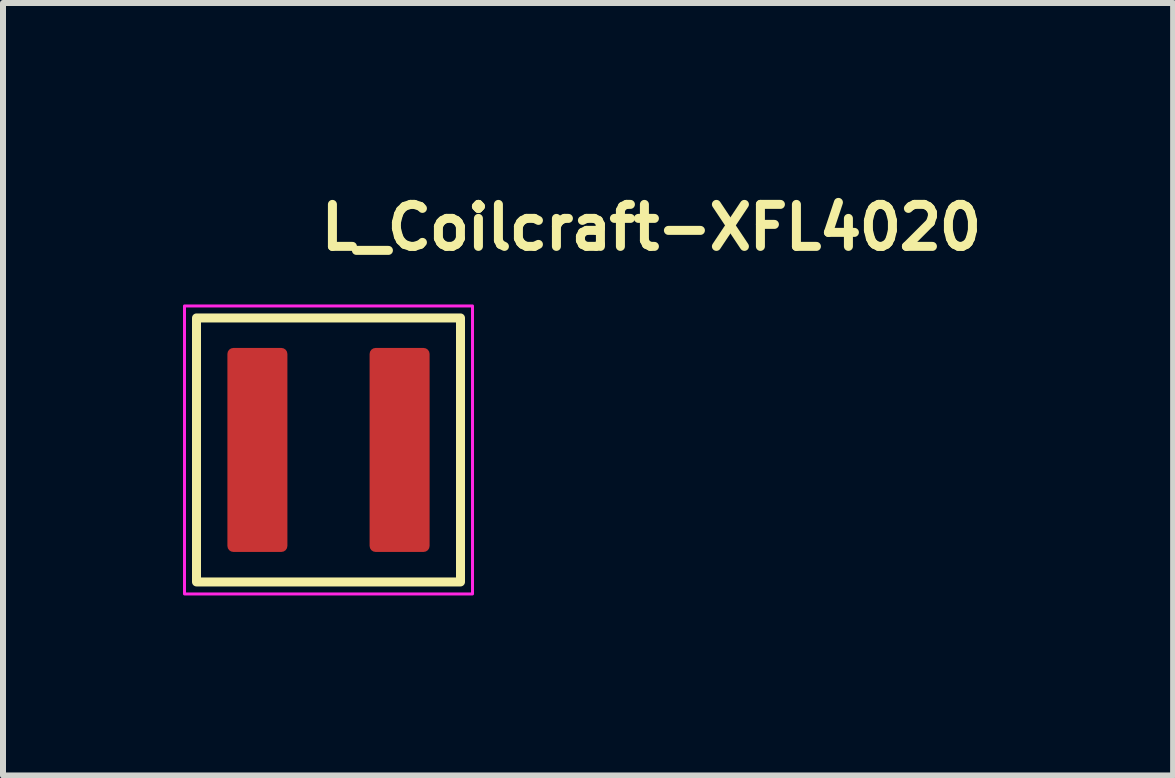
<source format=kicad_pcb>
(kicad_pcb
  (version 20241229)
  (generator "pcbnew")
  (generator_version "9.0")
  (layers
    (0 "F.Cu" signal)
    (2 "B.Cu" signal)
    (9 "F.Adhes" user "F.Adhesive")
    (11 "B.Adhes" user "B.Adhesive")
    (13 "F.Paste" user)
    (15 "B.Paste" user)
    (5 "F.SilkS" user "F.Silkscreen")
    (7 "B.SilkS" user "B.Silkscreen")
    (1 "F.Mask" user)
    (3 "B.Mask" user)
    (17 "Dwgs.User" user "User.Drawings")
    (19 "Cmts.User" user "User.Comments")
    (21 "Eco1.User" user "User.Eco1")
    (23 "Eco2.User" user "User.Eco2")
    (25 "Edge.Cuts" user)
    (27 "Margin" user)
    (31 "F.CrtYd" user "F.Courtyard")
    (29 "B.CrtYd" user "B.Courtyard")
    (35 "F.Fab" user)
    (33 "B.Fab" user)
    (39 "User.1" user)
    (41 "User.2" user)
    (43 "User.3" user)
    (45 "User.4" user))
  (footprint "L_Coilcraft-XFL4020"
    (layer "F.Cu")
    (at 2.425 4.449)
    (property "Reference" "L_Coilcraft-XFL4020" (at -0.2 -3.299 0) (layer "F.SilkS") (effects (font (size 0.7 0.7) (thickness 0.15)) (justify left bottom)))
    (attr smd)
    (fp_rect (start -2.2 -2.2) (end 2.2 2.2) (stroke (width 0.15) (type solid)) (fill no) (layer "F.SilkS"))
    (fp_rect (start -2.4 -2.4) (end 2.4 2.4) (stroke (width 0.05) (type solid)) (fill no) (layer "F.CrtYd"))
    (fp_rect (start -2.15 -2.15) (end 2.15 2.15) (stroke (width 0.1) (type solid)) (fill no) (layer "User.5"))
    (fp_line (start -2.15 -1.899) (end -2.15 1.899) (stroke (width 0.02) (type solid)) (layer "User.9"))
    (fp_line (start -2.15 -1.899) (end -2.149 -1.912) (stroke (width 0.02) (type solid)) (layer "User.9"))
    (fp_line (start -2.149 -1.912) (end -2.148 -1.924) (stroke (width 0.02) (type solid)) (layer "User.9"))
    (fp_line (start -2.149 1.912) (end -2.15 1.899) (stroke (width 0.02) (type solid)) (layer "User.9"))
    (fp_line (start -2.148 -1.924) (end -2.147 -1.936) (stroke (width 0.02) (type solid)) (layer "User.9"))
    (fp_line (start -2.148 1.924) (end -2.149 1.912) (stroke (width 0.02) (type solid)) (layer "User.9"))
    (fp_line (start -2.147 -1.936) (end -2.145 -1.949) (stroke (width 0.02) (type solid)) (layer "User.9"))
    (fp_line (start -2.147 1.936) (end -2.148 1.924) (stroke (width 0.02) (type solid)) (layer "User.9"))
    (fp_line (start -2.145 -1.949) (end -2.142 -1.96) (stroke (width 0.02) (type solid)) (layer "User.9"))
    (fp_line (start -2.145 1.949) (end -2.147 1.936) (stroke (width 0.02) (type solid)) (layer "User.9"))
    (fp_line (start -2.142 -1.96) (end -2.139 -1.972) (stroke (width 0.02) (type solid)) (layer "User.9"))
    (fp_line (start -2.142 1.96) (end -2.145 1.949) (stroke (width 0.02) (type solid)) (layer "User.9"))
    (fp_line (start -2.139 -1.972) (end -2.135 -1.984) (stroke (width 0.02) (type solid)) (layer "User.9"))
    (fp_line (start -2.139 1.972) (end -2.142 1.96) (stroke (width 0.02) (type solid)) (layer "User.9"))
    (fp_line (start -2.135 -1.984) (end -2.13 -1.995) (stroke (width 0.02) (type solid)) (layer "User.9"))
    (fp_line (start -2.135 1.984) (end -2.139 1.972) (stroke (width 0.02) (type solid)) (layer "User.9"))
    (fp_line (start -2.13 -1.995) (end -2.126 -2.006) (stroke (width 0.02) (type solid)) (layer "User.9"))
    (fp_line (start -2.13 1.995) (end -2.135 1.984) (stroke (width 0.02) (type solid)) (layer "User.9"))
    (fp_line (start -2.126 -2.006) (end -2.12 -2.016) (stroke (width 0.02) (type solid)) (layer "User.9"))
    (fp_line (start -2.126 2.006) (end -2.13 1.995) (stroke (width 0.02) (type solid)) (layer "User.9"))
    (fp_line (start -2.12 -2.016) (end -2.114 -2.028) (stroke (width 0.02) (type solid)) (layer "User.9"))
    (fp_line (start -2.12 2.016) (end -2.126 2.006) (stroke (width 0.02) (type solid)) (layer "User.9"))
    (fp_line (start -2.114 -2.028) (end -2.107 -2.038) (stroke (width 0.02) (type solid)) (layer "User.9"))
    (fp_line (start -2.114 2.028) (end -2.12 2.016) (stroke (width 0.02) (type solid)) (layer "User.9"))
    (fp_line (start -2.107 -2.038) (end -2.1 -2.048) (stroke (width 0.02) (type solid)) (layer "User.9"))
    (fp_line (start -2.107 2.038) (end -2.114 2.028) (stroke (width 0.02) (type solid)) (layer "User.9"))
    (fp_line (start -2.1 -2.048) (end -2.093 -2.058) (stroke (width 0.02) (type solid)) (layer "User.9"))
    (fp_line (start -2.1 2.048) (end -2.107 2.038) (stroke (width 0.02) (type solid)) (layer "User.9"))
    (fp_line (start -2.093 -2.058) (end -2.085 -2.067) (stroke (width 0.02) (type solid)) (layer "User.9"))
    (fp_line (start -2.093 2.058) (end -2.1 2.048) (stroke (width 0.02) (type solid)) (layer "User.9"))
    (fp_line (start -2.085 -2.067) (end -2.076 -2.076) (stroke (width 0.02) (type solid)) (layer "User.9"))
    (fp_line (start -2.085 2.067) (end -2.093 2.058) (stroke (width 0.02) (type solid)) (layer "User.9"))
    (fp_line (start -2.076 -2.076) (end -2.076 -2.076) (stroke (width 0.02) (type solid)) (layer "User.9"))
    (fp_line (start -2.076 -2.076) (end -2.067 -2.085) (stroke (width 0.02) (type solid)) (layer "User.9"))
    (fp_line (start -2.076 2.076) (end -2.085 2.067) (stroke (width 0.02) (type solid)) (layer "User.9"))
    (fp_line (start -2.076 2.076) (end -2.076 2.076) (stroke (width 0.02) (type solid)) (layer "User.9"))
    (fp_line (start -2.067 -2.085) (end -2.058 -2.093) (stroke (width 0.02) (type solid)) (layer "User.9"))
    (fp_line (start -2.067 2.085) (end -2.076 2.076) (stroke (width 0.02) (type solid)) (layer "User.9"))
    (fp_line (start -2.058 -2.093) (end -2.048 -2.1) (stroke (width 0.02) (type solid)) (layer "User.9"))
    (fp_line (start -2.058 2.093) (end -2.067 2.085) (stroke (width 0.02) (type solid)) (layer "User.9"))
    (fp_line (start -2.048 -2.1) (end -2.038 -2.107) (stroke (width 0.02) (type solid)) (layer "User.9"))
    (fp_line (start -2.048 2.1) (end -2.058 2.093) (stroke (width 0.02) (type solid)) (layer "User.9"))
    (fp_line (start -2.038 -2.107) (end -2.028 -2.114) (stroke (width 0.02) (type solid)) (layer "User.9"))
    (fp_line (start -2.038 2.107) (end -2.048 2.1) (stroke (width 0.02) (type solid)) (layer "User.9"))
    (fp_line (start -2.028 -2.114) (end -2.016 -2.12) (stroke (width 0.02) (type solid)) (layer "User.9"))
    (fp_line (start -2.028 2.114) (end -2.038 2.107) (stroke (width 0.02) (type solid)) (layer "User.9"))
    (fp_line (start -2.016 -2.12) (end -2.006 -2.126) (stroke (width 0.02) (type solid)) (layer "User.9"))
    (fp_line (start -2.016 2.12) (end -2.028 2.114) (stroke (width 0.02) (type solid)) (layer "User.9"))
    (fp_line (start -2.006 -2.126) (end -1.995 -2.13) (stroke (width 0.02) (type solid)) (layer "User.9"))
    (fp_line (start -2.006 2.126) (end -2.016 2.12) (stroke (width 0.02) (type solid)) (layer "User.9"))
    (fp_line (start -1.995 -2.13) (end -1.984 -2.135) (stroke (width 0.02) (type solid)) (layer "User.9"))
    (fp_line (start -1.995 2.13) (end -2.006 2.126) (stroke (width 0.02) (type solid)) (layer "User.9"))
    (fp_line (start -1.984 -2.135) (end -1.972 -2.139) (stroke (width 0.02) (type solid)) (layer "User.9"))
    (fp_line (start -1.984 2.135) (end -1.995 2.13) (stroke (width 0.02) (type solid)) (layer "User.9"))
    (fp_line (start -1.972 -2.139) (end -1.96 -2.142) (stroke (width 0.02) (type solid)) (layer "User.9"))
    (fp_line (start -1.972 2.139) (end -1.984 2.135) (stroke (width 0.02) (type solid)) (layer "User.9"))
    (fp_line (start -1.96 -2.142) (end -1.949 -2.145) (stroke (width 0.02) (type solid)) (layer "User.9"))
    (fp_line (start -1.96 2.142) (end -1.972 2.139) (stroke (width 0.02) (type solid)) (layer "User.9"))
    (fp_line (start -1.949 -2.145) (end -1.936 -2.147) (stroke (width 0.02) (type solid)) (layer "User.9"))
    (fp_line (start -1.949 2.145) (end -1.96 2.142) (stroke (width 0.02) (type solid)) (layer "User.9"))
    (fp_line (start -1.936 -2.147) (end -1.924 -2.148) (stroke (width 0.02) (type solid)) (layer "User.9"))
    (fp_line (start -1.936 2.147) (end -1.949 2.145) (stroke (width 0.02) (type solid)) (layer "User.9"))
    (fp_line (start -1.924 -2.148) (end -1.912 -2.149) (stroke (width 0.02) (type solid)) (layer "User.9"))
    (fp_line (start -1.924 2.148) (end -1.936 2.147) (stroke (width 0.02) (type solid)) (layer "User.9"))
    (fp_line (start -1.912 -2.149) (end -1.899 -2.15) (stroke (width 0.02) (type solid)) (layer "User.9"))
    (fp_line (start -1.912 2.149) (end -1.924 2.148) (stroke (width 0.02) (type solid)) (layer "User.9"))
    (fp_line (start -1.899 2.15) (end -1.912 2.149) (stroke (width 0.02) (type solid)) (layer "User.9"))
    (fp_line (start -1.899 2.15) (end 1.899 2.15) (stroke (width 0.02) (type solid)) (layer "User.9"))
    (fp_line (start -1.647 -1.5) (end -1.497 -1.5) (stroke (width 0.02) (type solid)) (layer "User.9"))
    (fp_line (start -1.647 1.5) (end -1.647 -1.5) (stroke (width 0.02) (type solid)) (layer "User.9"))
    (fp_line (start -1.497 -1.5) (end -1.497 1.5) (stroke (width 0.02) (type solid)) (layer "User.9"))
    (fp_line (start -1.497 1.5) (end -1.647 1.5) (stroke (width 0.02) (type solid)) (layer "User.9"))
    (fp_line (start 1.899 -2.15) (end -1.899 -2.15) (stroke (width 0.02) (type solid)) (layer "User.9"))
    (fp_line (start 1.899 -2.15) (end 1.912 -2.149) (stroke (width 0.02) (type solid)) (layer "User.9"))
    (fp_line (start 1.912 -2.149) (end 1.924 -2.148) (stroke (width 0.02) (type solid)) (layer "User.9"))
    (fp_line (start 1.912 2.149) (end 1.899 2.15) (stroke (width 0.02) (type solid)) (layer "User.9"))
    (fp_line (start 1.924 -2.148) (end 1.936 -2.147) (stroke (width 0.02) (type solid)) (layer "User.9"))
    (fp_line (start 1.924 2.148) (end 1.912 2.149) (stroke (width 0.02) (type solid)) (layer "User.9"))
    (fp_line (start 1.936 -2.147) (end 1.949 -2.145) (stroke (width 0.02) (type solid)) (layer "User.9"))
    (fp_line (start 1.936 2.147) (end 1.924 2.148) (stroke (width 0.02) (type solid)) (layer "User.9"))
    (fp_line (start 1.949 -2.145) (end 1.96 -2.142) (stroke (width 0.02) (type solid)) (layer "User.9"))
    (fp_line (start 1.949 2.145) (end 1.936 2.147) (stroke (width 0.02) (type solid)) (layer "User.9"))
    (fp_line (start 1.96 -2.142) (end 1.972 -2.139) (stroke (width 0.02) (type solid)) (layer "User.9"))
    (fp_line (start 1.96 2.142) (end 1.949 2.145) (stroke (width 0.02) (type solid)) (layer "User.9"))
    (fp_line (start 1.972 -2.139) (end 1.984 -2.135) (stroke (width 0.02) (type solid)) (layer "User.9"))
    (fp_line (start 1.972 2.139) (end 1.96 2.142) (stroke (width 0.02) (type solid)) (layer "User.9"))
    (fp_line (start 1.984 -2.135) (end 1.995 -2.13) (stroke (width 0.02) (type solid)) (layer "User.9"))
    (fp_line (start 1.984 2.135) (end 1.972 2.139) (stroke (width 0.02) (type solid)) (layer "User.9"))
    (fp_line (start 1.995 -2.13) (end 2.006 -2.126) (stroke (width 0.02) (type solid)) (layer "User.9"))
    (fp_line (start 1.995 2.13) (end 1.984 2.135) (stroke (width 0.02) (type solid)) (layer "User.9"))
    (fp_line (start 2.006 -2.126) (end 2.016 -2.12) (stroke (width 0.02) (type solid)) (layer "User.9"))
    (fp_line (start 2.006 2.126) (end 1.995 2.13) (stroke (width 0.02) (type solid)) (layer "User.9"))
    (fp_line (start 2.016 -2.12) (end 2.028 -2.114) (stroke (width 0.02) (type solid)) (layer "User.9"))
    (fp_line (start 2.016 2.12) (end 2.006 2.126) (stroke (width 0.02) (type solid)) (layer "User.9"))
    (fp_line (start 2.028 -2.114) (end 2.038 -2.107) (stroke (width 0.02) (type solid)) (layer "User.9"))
    (fp_line (start 2.028 2.114) (end 2.016 2.12) (stroke (width 0.02) (type solid)) (layer "User.9"))
    (fp_line (start 2.038 -2.107) (end 2.048 -2.1) (stroke (width 0.02) (type solid)) (layer "User.9"))
    (fp_line (start 2.038 2.107) (end 2.028 2.114) (stroke (width 0.02) (type solid)) (layer "User.9"))
    (fp_line (start 2.048 -2.1) (end 2.058 -2.093) (stroke (width 0.02) (type solid)) (layer "User.9"))
    (fp_line (start 2.048 2.1) (end 2.038 2.107) (stroke (width 0.02) (type solid)) (layer "User.9"))
    (fp_line (start 2.058 -2.093) (end 2.067 -2.085) (stroke (width 0.02) (type solid)) (layer "User.9"))
    (fp_line (start 2.058 2.093) (end 2.048 2.1) (stroke (width 0.02) (type solid)) (layer "User.9"))
    (fp_line (start 2.067 -2.085) (end 2.076 -2.076) (stroke (width 0.02) (type solid)) (layer "User.9"))
    (fp_line (start 2.067 2.085) (end 2.058 2.093) (stroke (width 0.02) (type solid)) (layer "User.9"))
    (fp_line (start 2.076 -2.076) (end 2.076 -2.076) (stroke (width 0.02) (type solid)) (layer "User.9"))
    (fp_line (start 2.076 -2.076) (end 2.085 -2.067) (stroke (width 0.02) (type solid)) (layer "User.9"))
    (fp_line (start 2.076 2.076) (end 2.067 2.085) (stroke (width 0.02) (type solid)) (layer "User.9"))
    (fp_line (start 2.076 2.076) (end 2.076 2.076) (stroke (width 0.02) (type solid)) (layer "User.9"))
    (fp_line (start 2.085 -2.067) (end 2.093 -2.058) (stroke (width 0.02) (type solid)) (layer "User.9"))
    (fp_line (start 2.085 2.067) (end 2.076 2.076) (stroke (width 0.02) (type solid)) (layer "User.9"))
    (fp_line (start 2.093 -2.058) (end 2.1 -2.048) (stroke (width 0.02) (type solid)) (layer "User.9"))
    (fp_line (start 2.093 2.058) (end 2.085 2.067) (stroke (width 0.02) (type solid)) (layer "User.9"))
    (fp_line (start 2.1 -2.048) (end 2.107 -2.038) (stroke (width 0.02) (type solid)) (layer "User.9"))
    (fp_line (start 2.1 2.048) (end 2.093 2.058) (stroke (width 0.02) (type solid)) (layer "User.9"))
    (fp_line (start 2.107 -2.038) (end 2.114 -2.028) (stroke (width 0.02) (type solid)) (layer "User.9"))
    (fp_line (start 2.107 2.038) (end 2.1 2.048) (stroke (width 0.02) (type solid)) (layer "User.9"))
    (fp_line (start 2.114 -2.028) (end 2.12 -2.016) (stroke (width 0.02) (type solid)) (layer "User.9"))
    (fp_line (start 2.114 2.028) (end 2.107 2.038) (stroke (width 0.02) (type solid)) (layer "User.9"))
    (fp_line (start 2.12 -2.016) (end 2.126 -2.006) (stroke (width 0.02) (type solid)) (layer "User.9"))
    (fp_line (start 2.12 2.016) (end 2.114 2.028) (stroke (width 0.02) (type solid)) (layer "User.9"))
    (fp_line (start 2.126 -2.006) (end 2.13 -1.995) (stroke (width 0.02) (type solid)) (layer "User.9"))
    (fp_line (start 2.126 2.006) (end 2.12 2.016) (stroke (width 0.02) (type solid)) (layer "User.9"))
    (fp_line (start 2.13 -1.995) (end 2.135 -1.984) (stroke (width 0.02) (type solid)) (layer "User.9"))
    (fp_line (start 2.13 1.995) (end 2.126 2.006) (stroke (width 0.02) (type solid)) (layer "User.9"))
    (fp_line (start 2.135 -1.984) (end 2.139 -1.972) (stroke (width 0.02) (type solid)) (layer "User.9"))
    (fp_line (start 2.135 1.984) (end 2.13 1.995) (stroke (width 0.02) (type solid)) (layer "User.9"))
    (fp_line (start 2.139 -1.972) (end 2.142 -1.96) (stroke (width 0.02) (type solid)) (layer "User.9"))
    (fp_line (start 2.139 1.972) (end 2.135 1.984) (stroke (width 0.02) (type solid)) (layer "User.9"))
    (fp_line (start 2.142 -1.96) (end 2.145 -1.949) (stroke (width 0.02) (type solid)) (layer "User.9"))
    (fp_line (start 2.142 1.96) (end 2.139 1.972) (stroke (width 0.02) (type solid)) (layer "User.9"))
    (fp_line (start 2.145 -1.949) (end 2.147 -1.936) (stroke (width 0.02) (type solid)) (layer "User.9"))
    (fp_line (start 2.145 1.949) (end 2.142 1.96) (stroke (width 0.02) (type solid)) (layer "User.9"))
    (fp_line (start 2.147 -1.936) (end 2.148 -1.924) (stroke (width 0.02) (type solid)) (layer "User.9"))
    (fp_line (start 2.147 1.936) (end 2.145 1.949) (stroke (width 0.02) (type solid)) (layer "User.9"))
    (fp_line (start 2.148 -1.924) (end 2.149 -1.912) (stroke (width 0.02) (type solid)) (layer "User.9"))
    (fp_line (start 2.148 1.924) (end 2.147 1.936) (stroke (width 0.02) (type solid)) (layer "User.9"))
    (fp_line (start 2.149 -1.912) (end 2.15 -1.899) (stroke (width 0.02) (type solid)) (layer "User.9"))
    (fp_line (start 2.149 1.912) (end 2.148 1.924) (stroke (width 0.02) (type solid)) (layer "User.9"))
    (fp_line (start 2.15 1.899) (end 2.149 1.912) (stroke (width 0.02) (type solid)) (layer "User.9"))
    (fp_line (start 2.15 1.899) (end 2.15 -1.899) (stroke (width 0.02) (type solid)) (layer "User.9"))
    (pad "1" smd roundrect (at -1.185 0) (size 1 3.4) (layers "F.Cu" "F.Mask" "F.Paste") (roundrect_rratio 0.1))
    (pad "2" smd roundrect (at 1.185 0) (size 1 3.4) (layers "F.Cu" "F.Mask" "F.Paste") (roundrect_rratio 0.1)))
  (gr_rect
    (start -3 -3)
    (end 16.502 9.874)
    (stroke (width 0.1) (type default))
    (fill no)
    (layer "Edge.Cuts")))
</source>
